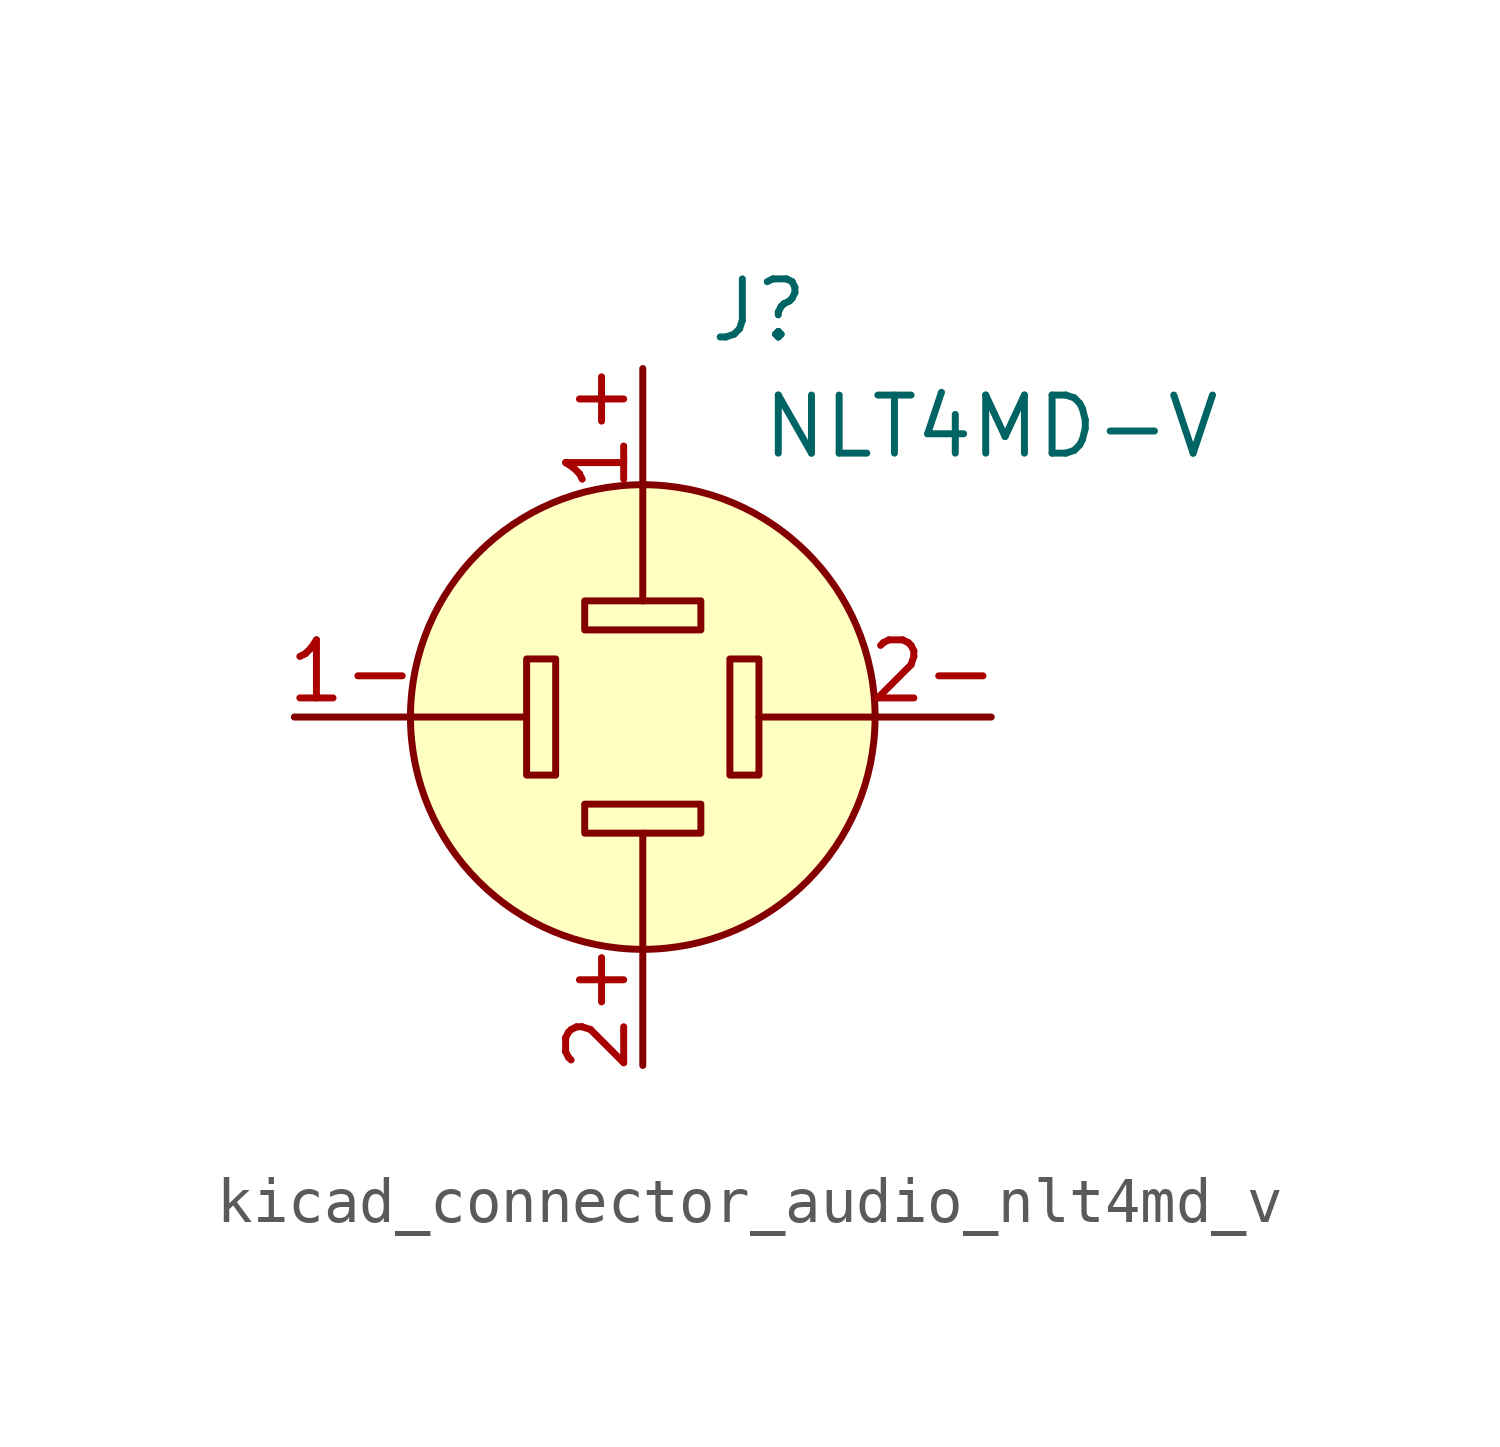
<source format=kicad_sym>
(kicad_symbol_lib
  (version 20220914)
  (generator kicad_symbol_editor)
  (symbol "kicad_connector_audio_nlt4md_v"
    (pin_names hide)
    (property "Reference" "J"
      (at 2.54 8.89 0)
      (effects (font (size 1.27 1.27))))
    (property "Value" "NLT4MD-V"
      (at 7.62 6.35 0)
      (effects (font (size 1.27 1.27))))
    (symbol "kicad_connector_audio_nlt4md_v_0_1"
      (rectangle (start -2.54 1.27) (end -1.905 -1.27) (stroke (width 0) (type default)) (fill (type none)))
      (rectangle (start -1.27 -2.54) (end 1.27 -1.905) (stroke (width 0) (type default)) (fill (type none)))
      (rectangle (start -1.27 2.54) (end 1.27 1.905) (stroke (width 0) (type default)) (fill (type none)))
      (polyline (pts (xy -5.08 0) (xy -2.54 0)) (stroke (width 0) (type default)) (fill (type none)))
      (polyline (pts (xy 0 -5.08) (xy 0 -2.54)) (stroke (width 0) (type default)) (fill (type none)))
      (polyline (pts (xy 0 5.08) (xy 0 2.54)) (stroke (width 0) (type default)) (fill (type none)))
      (polyline (pts (xy 5.08 0) (xy 2.54 0)) (stroke (width 0) (type default)) (fill (type none)))
      (circle (center 0 0) (radius 5.08) (stroke (width 0) (type default)) (fill (type background)))
      (rectangle (start 2.54 1.27) (end 1.905 -1.27) (stroke (width 0) (type default)) (fill (type none)))
      (pin passive line (at -7.62 0 0) (length 2.54) (name "1-" (effects (font (size 1.27 1.27)))) (number "1-" (effects (font (size 1.27 1.27)))))
      (pin passive line (at 0 -7.62 90) (length 2.54) (name "2+" (effects (font (size 1.27 1.27)))) (number "2+" (effects (font (size 1.27 1.27)))))
      (pin passive line (at 7.62 0 180) (length 2.54) (name "2-" (effects (font (size 1.27 1.27)))) (number "2-" (effects (font (size 1.27 1.27))))))
    (symbol "kicad_connector_audio_nlt4md_v_1_1"
      (pin passive line (at 0 7.62 270) (length 2.54) (name "1+" (effects (font (size 1.27 1.27)))) (number "1+" (effects (font (size 1.27 1.27))))))))
</source>
